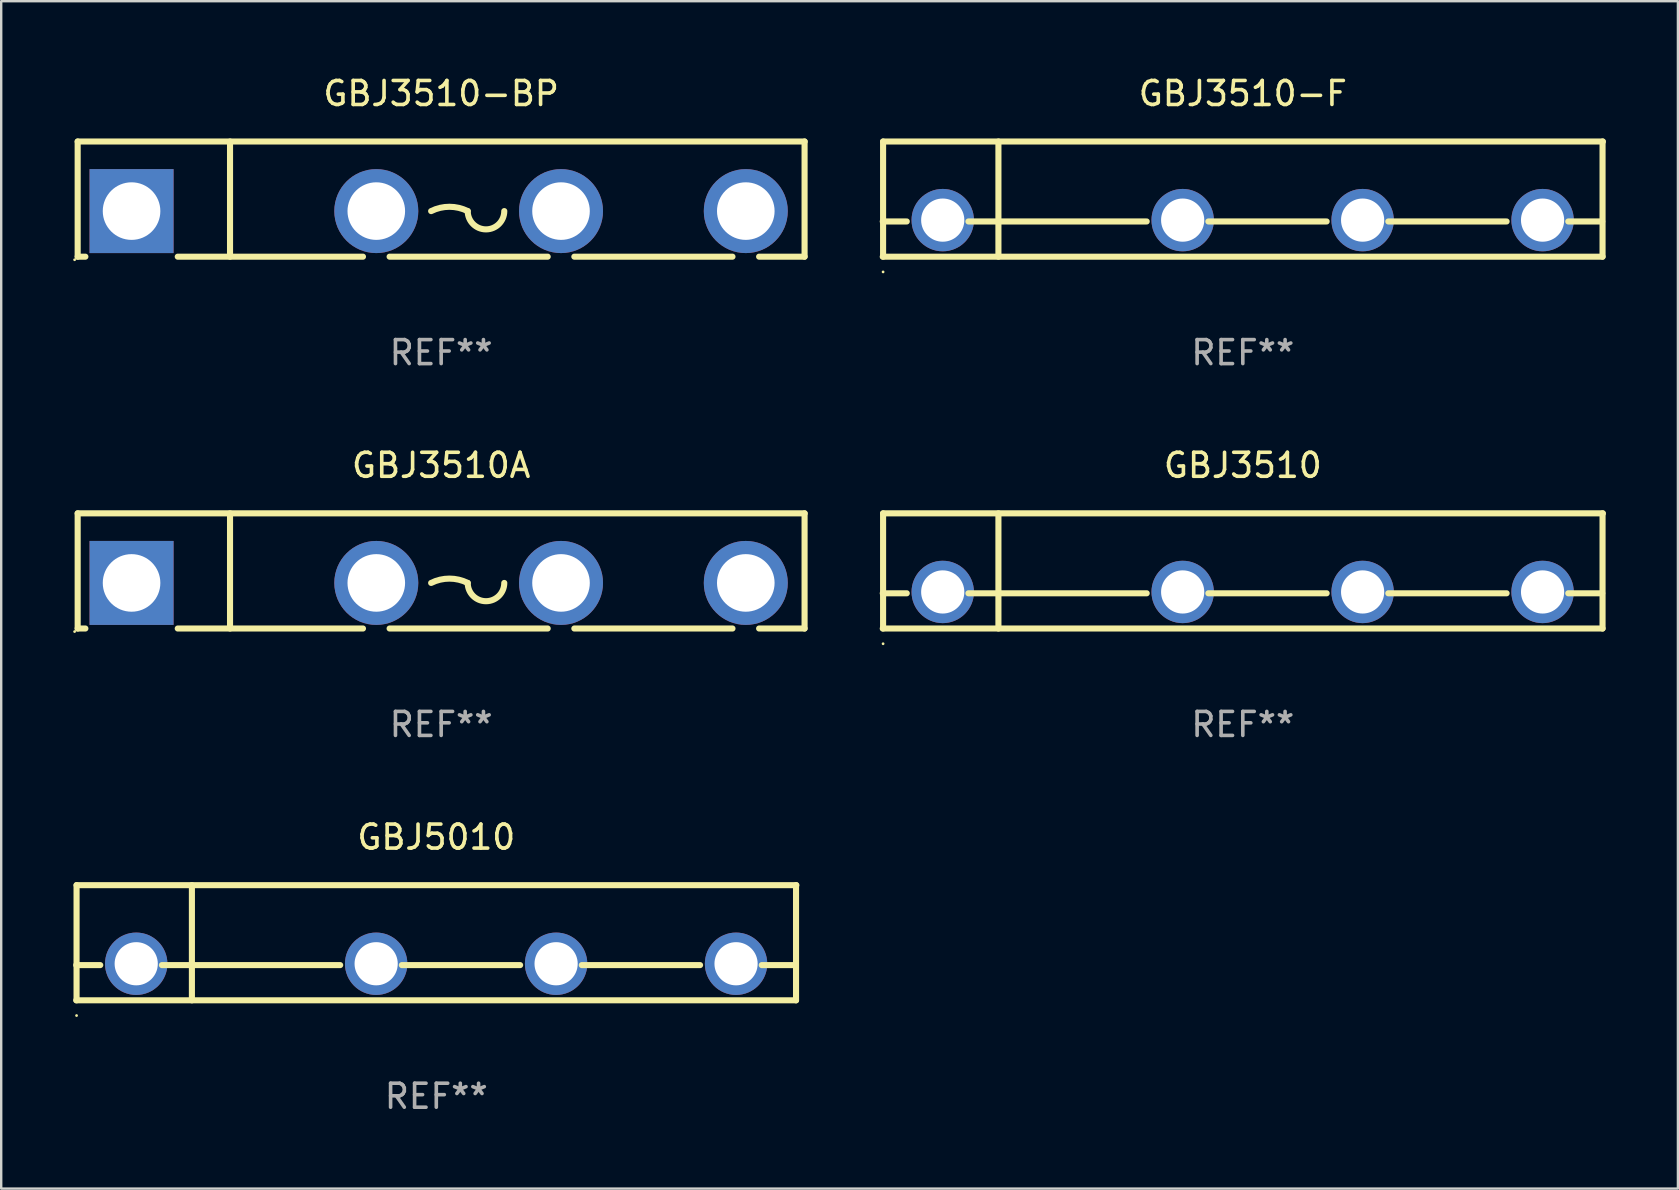
<source format=kicad_pcb>
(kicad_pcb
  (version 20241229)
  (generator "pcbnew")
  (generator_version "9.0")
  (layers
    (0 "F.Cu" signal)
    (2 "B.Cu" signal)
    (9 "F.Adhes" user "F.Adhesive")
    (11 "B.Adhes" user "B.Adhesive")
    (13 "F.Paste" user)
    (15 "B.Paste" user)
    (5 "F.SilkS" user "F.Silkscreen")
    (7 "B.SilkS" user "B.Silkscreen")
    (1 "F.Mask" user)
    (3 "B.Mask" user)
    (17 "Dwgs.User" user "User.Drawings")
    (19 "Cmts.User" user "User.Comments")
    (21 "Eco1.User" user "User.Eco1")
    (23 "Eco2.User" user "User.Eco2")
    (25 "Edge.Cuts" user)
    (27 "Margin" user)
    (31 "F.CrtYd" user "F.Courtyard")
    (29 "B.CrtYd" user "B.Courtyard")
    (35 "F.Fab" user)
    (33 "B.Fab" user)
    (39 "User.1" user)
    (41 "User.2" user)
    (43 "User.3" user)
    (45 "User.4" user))
  (footprint "GBJ3510A"
    (layer "F.Cu")
    (at 15.337 20.745)
    (property "Reference" "GBJ3510A" (at 0 -4.4 0) (layer "F.SilkS") (effects (font (size 1 1) (thickness 0.15))))
    (attr through_hole)
    (fp_line (start -15.15 -2.4) (end -15.15 2.4) (stroke (width 0.254) (type solid)) (layer "F.SilkS"))
    (fp_line (start -15.15 -2.4) (end 15.15 -2.4) (stroke (width 0.254) (type solid)) (layer "F.SilkS"))
    (fp_line (start -15.15 2.4) (end -14.829 2.4) (stroke (width 0.254) (type solid)) (layer "F.SilkS"))
    (fp_line (start -10.979 2.4) (end -3.259 2.4) (stroke (width 0.254) (type solid)) (layer "F.SilkS"))
    (fp_line (start -8.8 -2.4) (end -8.8 2.4) (stroke (width 0.254) (type solid)) (layer "F.SilkS"))
    (fp_line (start -2.149 2.4) (end 4.44 2.4) (stroke (width 0.254) (type solid)) (layer "F.SilkS"))
    (fp_line (start 5.55 2.4) (end 12.141 2.4) (stroke (width 0.254) (type solid)) (layer "F.SilkS"))
    (fp_line (start 13.251 2.4) (end 15.146 2.4) (stroke (width 0.254) (type solid)) (layer "F.SilkS"))
    (fp_line (start 15.146 2.4) (end 15.146 -2.4) (stroke (width 0.254) (type solid)) (layer "F.SilkS"))
    (fp_arc (start -0.417958 0.5) (mid 0.344044 0.320116) (end 1.106045 0.5) (stroke (width 0.254001) (type solid)) (layer "F.SilkS"))
    (fp_arc (start 2.630048 0.5) (mid 1.868047 1.262001) (end 1.106046 0.5) (stroke (width 0.254001) (type solid)) (layer "F.SilkS"))
    (fp_circle (center -15.277 2.527) (end -15.247 2.527) (stroke (width 0.06) (type solid)) (fill no) (layer "F.SilkS"))
    (fp_text user "-" (at 8.98 0.5 0) (layer "B.Mask") (effects (font (size 1 1) (thickness 0.15))))
    (fp_text user "+" (at -10.832 0.569 0) (layer "B.Mask") (effects (font (size 1 1) (thickness 0.15))))
    (fp_text user "REF**" (at 0 6.4 0) (layer "F.Fab") (effects (font (size 1 1) (thickness 0.15))))
    (pad "1" thru_hole rect (at -12.904 0.5) (size 3.5 3.5) (drill 2.4) (layers "*.Cu" "*.Mask"))
    (pad "2" thru_hole circle (at -2.704 0.5) (size 3.5 3.5) (drill 2.4) (layers "*.Cu" "*.Mask"))
    (pad "3" thru_hole circle (at 4.995 0.5) (size 3.5 3.5) (drill 2.4) (layers "*.Cu" "*.Mask"))
    (pad "4" thru_hole circle (at 12.696 0.5) (size 3.5 3.5) (drill 2.4) (layers "*.Cu" "*.Mask")))
  (footprint "GBJ3510-F"
    (layer "F.Cu")
    (at 48.748 5.248)
    (property "Reference" "GBJ3510-F" (at 0 -4.4 0) (layer "F.SilkS") (effects (font (size 1 1) (thickness 0.15))))
    (attr through_hole)
    (fp_line (start -15.007 0.932) (end -14.006 0.932) (stroke (width 0.254) (type solid)) (layer "F.SilkS"))
    (fp_line (start -15.007 2.4) (end 14.993 2.4) (stroke (width 0.254) (type solid)) (layer "F.SilkS"))
    (fp_line (start -14.993 -2.4) (end -14.993 2.4) (stroke (width 0.254) (type solid)) (layer "F.SilkS"))
    (fp_line (start -14.993 -2.4) (end 15.007 -2.4) (stroke (width 0.254) (type solid)) (layer "F.SilkS"))
    (fp_line (start -11.436 0.932) (end -4.006 0.932) (stroke (width 0.254) (type solid)) (layer "F.SilkS"))
    (fp_line (start -10.186 -2.4) (end -10.186 2.4) (stroke (width 0.254) (type solid)) (layer "F.SilkS"))
    (fp_line (start -1.436 0.932) (end 3.494 0.932) (stroke (width 0.254) (type solid)) (layer "F.SilkS"))
    (fp_line (start 6.064 0.932) (end 10.994 0.932) (stroke (width 0.254) (type solid)) (layer "F.SilkS"))
    (fp_line (start 13.564 0.932) (end 14.979 0.932) (stroke (width 0.254) (type solid)) (layer "F.SilkS"))
    (fp_line (start 14.993 -2.4) (end 14.993 2.4) (stroke (width 0.254) (type solid)) (layer "F.SilkS"))
    (fp_circle (center -14.993 3.035) (end -14.963 3.035) (stroke (width 0.06) (type solid)) (fill no) (layer "F.SilkS"))
    (fp_text user "&#126;" (at -3.308 -0.701 0) (layer "B.Mask") (effects (font (size 1 1) (thickness 0.15))))
    (fp_text user "&#126;" (at 3.931 -0.574 0) (layer "B.Mask") (effects (font (size 1 1) (thickness 0.15))))
    (fp_text user "+" (at -13.468 -0.656 0) (layer "B.Mask") (effects (font (size 1 1) (thickness 0.15))))
    (fp_text user "-" (at 11.169 -0.648 0) (layer "B.Mask") (effects (font (size 1 1) (thickness 0.15))))
    (fp_text user "REF**" (at 0 6.4 0) (layer "F.Fab") (effects (font (size 1 1) (thickness 0.15))))
    (pad "1" thru_hole circle (at -12.507 0.876) (size 2.6 2.6) (drill 1.8) (layers "*.Cu" "*.Mask"))
    (pad "2" thru_hole circle (at -2.507 0.876) (size 2.6 2.6) (drill 1.8) (layers "*.Cu" "*.Mask"))
    (pad "3" thru_hole circle (at 4.993 0.876) (size 2.6 2.6) (drill 1.8) (layers "*.Cu" "*.Mask"))
    (pad "4" thru_hole circle (at 12.493 0.876) (size 2.6 2.6) (drill 1.8) (layers "*.Cu" "*.Mask")))
  (footprint "GBJ3510-BP"
    (layer "F.Cu")
    (at 15.337 5.248)
    (property "Reference" "GBJ3510-BP" (at 0 -4.4 0) (layer "F.SilkS") (effects (font (size 1 1) (thickness 0.15))))
    (attr through_hole)
    (fp_line (start -15.15 -2.4) (end -15.15 2.4) (stroke (width 0.254) (type solid)) (layer "F.SilkS"))
    (fp_line (start -15.15 -2.4) (end 15.15 -2.4) (stroke (width 0.254) (type solid)) (layer "F.SilkS"))
    (fp_line (start -15.15 2.4) (end -14.829 2.4) (stroke (width 0.254) (type solid)) (layer "F.SilkS"))
    (fp_line (start -10.979 2.4) (end -3.259 2.4) (stroke (width 0.254) (type solid)) (layer "F.SilkS"))
    (fp_line (start -8.8 -2.4) (end -8.8 2.4) (stroke (width 0.254) (type solid)) (layer "F.SilkS"))
    (fp_line (start -2.149 2.4) (end 4.44 2.4) (stroke (width 0.254) (type solid)) (layer "F.SilkS"))
    (fp_line (start 5.55 2.4) (end 12.141 2.4) (stroke (width 0.254) (type solid)) (layer "F.SilkS"))
    (fp_line (start 13.251 2.4) (end 15.146 2.4) (stroke (width 0.254) (type solid)) (layer "F.SilkS"))
    (fp_line (start 15.146 2.4) (end 15.146 -2.4) (stroke (width 0.254) (type solid)) (layer "F.SilkS"))
    (fp_arc (start -0.417958 0.5) (mid 0.344044 0.320116) (end 1.106045 0.5) (stroke (width 0.254001) (type solid)) (layer "F.SilkS"))
    (fp_arc (start 2.630048 0.5) (mid 1.868047 1.262001) (end 1.106046 0.5) (stroke (width 0.254001) (type solid)) (layer "F.SilkS"))
    (fp_circle (center -15.277 2.527) (end -15.247 2.527) (stroke (width 0.06) (type solid)) (fill no) (layer "F.SilkS"))
    (fp_text user "+" (at -10.832 0.569 0) (layer "B.Mask") (effects (font (size 1 1) (thickness 0.15))))
    (fp_text user "-" (at 8.98 0.5 0) (layer "B.Mask") (effects (font (size 1 1) (thickness 0.15))))
    (fp_text user "REF**" (at 0 6.4 0) (layer "F.Fab") (effects (font (size 1 1) (thickness 0.15))))
    (pad "1" thru_hole rect (at -12.904 0.5) (size 3.5 3.5) (drill 2.4) (layers "*.Cu" "*.Mask"))
    (pad "2" thru_hole circle (at -2.704 0.5) (size 3.5 3.5) (drill 2.4) (layers "*.Cu" "*.Mask"))
    (pad "3" thru_hole circle (at 4.995 0.5) (size 3.5 3.5) (drill 2.4) (layers "*.Cu" "*.Mask"))
    (pad "4" thru_hole circle (at 12.696 0.5) (size 3.5 3.5) (drill 2.4) (layers "*.Cu" "*.Mask")))
  (footprint "GBJ3510"
    (layer "F.Cu")
    (at 48.748 20.745)
    (property "Reference" "GBJ3510" (at 0 -4.4 0) (layer "F.SilkS") (effects (font (size 1 1) (thickness 0.15))))
    (attr through_hole)
    (fp_line (start -15.007 0.932) (end -14.006 0.932) (stroke (width 0.254) (type solid)) (layer "F.SilkS"))
    (fp_line (start -15.007 2.4) (end 14.993 2.4) (stroke (width 0.254) (type solid)) (layer "F.SilkS"))
    (fp_line (start -14.993 -2.4) (end -14.993 2.4) (stroke (width 0.254) (type solid)) (layer "F.SilkS"))
    (fp_line (start -14.993 -2.4) (end 15.007 -2.4) (stroke (width 0.254) (type solid)) (layer "F.SilkS"))
    (fp_line (start -11.436 0.932) (end -4.006 0.932) (stroke (width 0.254) (type solid)) (layer "F.SilkS"))
    (fp_line (start -10.186 -2.4) (end -10.186 2.4) (stroke (width 0.254) (type solid)) (layer "F.SilkS"))
    (fp_line (start -1.436 0.932) (end 3.494 0.932) (stroke (width 0.254) (type solid)) (layer "F.SilkS"))
    (fp_line (start 6.064 0.932) (end 10.994 0.932) (stroke (width 0.254) (type solid)) (layer "F.SilkS"))
    (fp_line (start 13.564 0.932) (end 14.979 0.932) (stroke (width 0.254) (type solid)) (layer "F.SilkS"))
    (fp_line (start 14.993 -2.4) (end 14.993 2.4) (stroke (width 0.254) (type solid)) (layer "F.SilkS"))
    (fp_circle (center -14.993 3.035) (end -14.963 3.035) (stroke (width 0.06) (type solid)) (fill no) (layer "F.SilkS"))
    (fp_text user "&#126;" (at -3.308 -0.701 0) (layer "B.Mask") (effects (font (size 1 1) (thickness 0.15))))
    (fp_text user "&#126;" (at 3.931 -0.574 0) (layer "B.Mask") (effects (font (size 1 1) (thickness 0.15))))
    (fp_text user "+" (at -13.468 -0.656 0) (layer "B.Mask") (effects (font (size 1 1) (thickness 0.15))))
    (fp_text user "-" (at 11.169 -0.648 0) (layer "B.Mask") (effects (font (size 1 1) (thickness 0.15))))
    (fp_text user "REF**" (at 0 6.4 0) (layer "F.Fab") (effects (font (size 1 1) (thickness 0.15))))
    (pad "1" thru_hole circle (at -12.507 0.876) (size 2.6 2.6) (drill 1.8) (layers "*.Cu" "*.Mask"))
    (pad "2" thru_hole circle (at -2.507 0.876) (size 2.6 2.6) (drill 1.8) (layers "*.Cu" "*.Mask"))
    (pad "3" thru_hole circle (at 4.993 0.876) (size 2.6 2.6) (drill 1.8) (layers "*.Cu" "*.Mask"))
    (pad "4" thru_hole circle (at 12.493 0.876) (size 2.6 2.6) (drill 1.8) (layers "*.Cu" "*.Mask")))
  (footprint "GBJ5010"
    (layer "F.Cu")
    (at 15.134 36.241)
    (property "Reference" "GBJ5010" (at 0 -4.4 0) (layer "F.SilkS") (effects (font (size 1 1) (thickness 0.15))))
    (attr through_hole)
    (fp_line (start -15.007 0.932) (end -14.006 0.932) (stroke (width 0.254) (type solid)) (layer "F.SilkS"))
    (fp_line (start -15.007 2.4) (end 14.993 2.4) (stroke (width 0.254) (type solid)) (layer "F.SilkS"))
    (fp_line (start -14.993 -2.4) (end -14.993 2.4) (stroke (width 0.254) (type solid)) (layer "F.SilkS"))
    (fp_line (start -14.993 -2.4) (end 15.007 -2.4) (stroke (width 0.254) (type solid)) (layer "F.SilkS"))
    (fp_line (start -11.436 0.932) (end -4.006 0.932) (stroke (width 0.254) (type solid)) (layer "F.SilkS"))
    (fp_line (start -10.186 -2.4) (end -10.186 2.4) (stroke (width 0.254) (type solid)) (layer "F.SilkS"))
    (fp_line (start -1.436 0.932) (end 3.494 0.932) (stroke (width 0.254) (type solid)) (layer "F.SilkS"))
    (fp_line (start 6.064 0.932) (end 10.994 0.932) (stroke (width 0.254) (type solid)) (layer "F.SilkS"))
    (fp_line (start 13.564 0.932) (end 14.979 0.932) (stroke (width 0.254) (type solid)) (layer "F.SilkS"))
    (fp_line (start 14.993 -2.4) (end 14.993 2.4) (stroke (width 0.254) (type solid)) (layer "F.SilkS"))
    (fp_circle (center -14.993 3.035) (end -14.963 3.035) (stroke (width 0.06) (type solid)) (fill no) (layer "F.SilkS"))
    (fp_text user "&#126;" (at 3.931 -0.574 0) (layer "B.Mask") (effects (font (size 1 1) (thickness 0.15))))
    (fp_text user "-" (at 11.169 -0.648 0) (layer "B.Mask") (effects (font (size 1 1) (thickness 0.15))))
    (fp_text user "+" (at -13.468 -0.656 0) (layer "B.Mask") (effects (font (size 1 1) (thickness 0.15))))
    (fp_text user "&#126;" (at -3.308 -0.701 0) (layer "B.Mask") (effects (font (size 1 1) (thickness 0.15))))
    (fp_text user "REF**" (at 0 6.4 0) (layer "F.Fab") (effects (font (size 1 1) (thickness 0.15))))
    (pad "1" thru_hole circle (at -12.507 0.876) (size 2.6 2.6) (drill 1.8) (layers "*.Cu" "*.Mask"))
    (pad "2" thru_hole circle (at -2.507 0.876) (size 2.6 2.6) (drill 1.8) (layers "*.Cu" "*.Mask"))
    (pad "3" thru_hole circle (at 4.993 0.876) (size 2.6 2.6) (drill 1.8) (layers "*.Cu" "*.Mask"))
    (pad "4" thru_hole circle (at 12.493 0.876) (size 2.6 2.6) (drill 1.8) (layers "*.Cu" "*.Mask")))
  (gr_rect
    (start -3 -3)
    (end 66.882 46.489)
    (stroke (width 0.1) (type default))
    (fill no)
    (layer "Edge.Cuts")))
</source>
